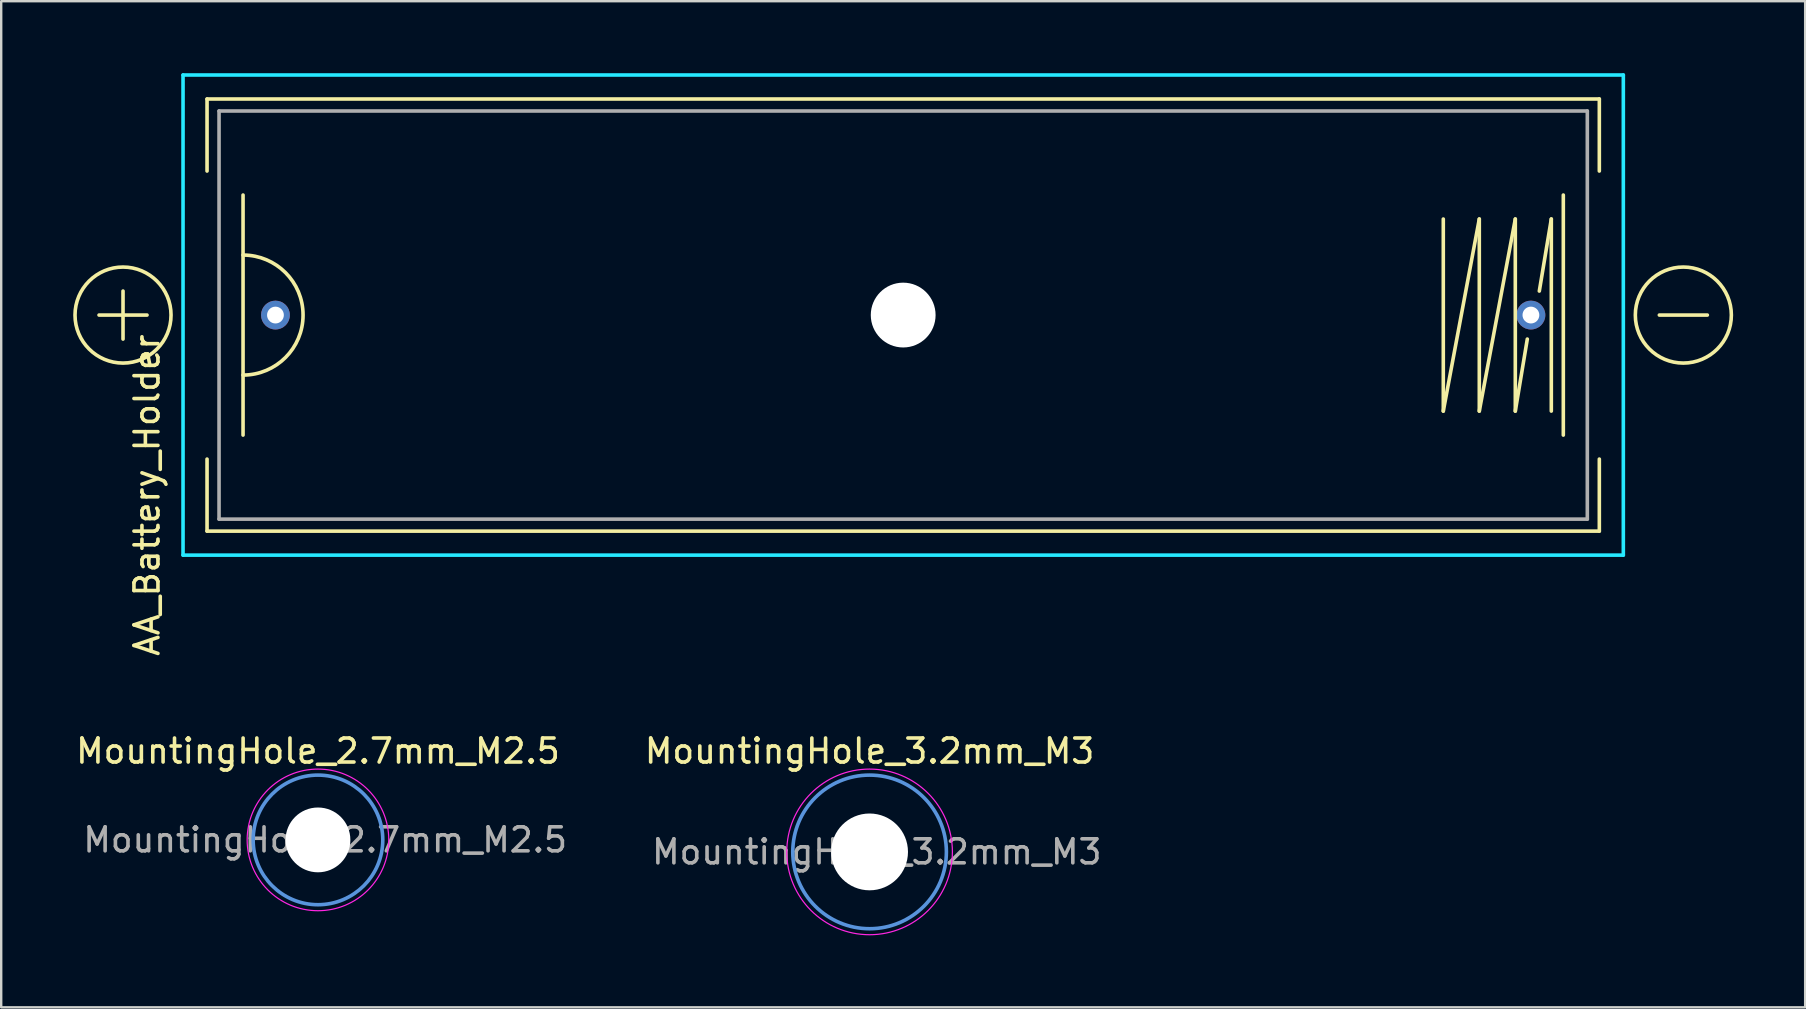
<source format=kicad_pcb>
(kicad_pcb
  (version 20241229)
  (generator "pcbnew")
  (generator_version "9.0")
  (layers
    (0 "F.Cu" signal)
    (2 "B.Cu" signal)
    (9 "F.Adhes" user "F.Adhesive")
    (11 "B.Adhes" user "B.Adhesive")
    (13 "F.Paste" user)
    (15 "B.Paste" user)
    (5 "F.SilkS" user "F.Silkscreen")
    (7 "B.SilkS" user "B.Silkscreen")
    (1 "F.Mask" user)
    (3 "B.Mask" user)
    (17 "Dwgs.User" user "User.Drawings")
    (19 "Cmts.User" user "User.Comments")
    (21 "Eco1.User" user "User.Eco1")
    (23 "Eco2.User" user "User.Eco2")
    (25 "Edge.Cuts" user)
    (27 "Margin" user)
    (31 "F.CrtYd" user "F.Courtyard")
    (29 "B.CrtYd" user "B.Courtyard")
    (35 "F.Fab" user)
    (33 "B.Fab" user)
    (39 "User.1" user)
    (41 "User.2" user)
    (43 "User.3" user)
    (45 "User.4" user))
  (footprint "AA_Battery_Holder"
    (layer "F.Cu")
    (at 34.575 10.075)
    (property "Reference" "AA_Battery_Holder" (at -31.5 7.5 90) (layer "F.SilkS") (effects (font (size 1 1) (thickness 0.15))))
    (attr through_hole)
    (fp_line (start -32.5 -1) (end -32.5 1) (stroke (width 0.15) (type solid)) (layer "F.SilkS"))
    (fp_line (start -31.5 0) (end -33.5 0) (stroke (width 0.15) (type solid)) (layer "F.SilkS"))
    (fp_line (start -29 -9) (end -29 -6) (stroke (width 0.15) (type solid)) (layer "F.SilkS"))
    (fp_line (start -29 -9) (end 29 -9) (stroke (width 0.15) (type solid)) (layer "F.SilkS"))
    (fp_line (start -29 6) (end -29 9) (stroke (width 0.15) (type solid)) (layer "F.SilkS"))
    (fp_line (start -29 9) (end 29 9) (stroke (width 0.15) (type solid)) (layer "F.SilkS"))
    (fp_line (start -27.5 -5) (end -27.5 5) (stroke (width 0.15) (type solid)) (layer "F.SilkS"))
    (fp_line (start 22.5 -4) (end 22.5 4) (stroke (width 0.15) (type solid)) (layer "F.SilkS"))
    (fp_line (start 24 -4) (end 22.5 4) (stroke (width 0.15) (type solid)) (layer "F.SilkS"))
    (fp_line (start 24 -4) (end 24 4) (stroke (width 0.15) (type solid)) (layer "F.SilkS"))
    (fp_line (start 25.5 -4) (end 24 4) (stroke (width 0.15) (type solid)) (layer "F.SilkS"))
    (fp_line (start 25.5 -4) (end 25.5 4) (stroke (width 0.15) (type solid)) (layer "F.SilkS"))
    (fp_line (start 25.5 4) (end 26 1) (stroke (width 0.15) (type solid)) (layer "F.SilkS"))
    (fp_line (start 27 -4) (end 26.5 -1) (stroke (width 0.15) (type solid)) (layer "F.SilkS"))
    (fp_line (start 27 -4) (end 27 4) (stroke (width 0.15) (type solid)) (layer "F.SilkS"))
    (fp_line (start 27.5 -5) (end 27.5 5) (stroke (width 0.15) (type solid)) (layer "F.SilkS"))
    (fp_line (start 29 -9) (end 29 -6) (stroke (width 0.15) (type solid)) (layer "F.SilkS"))
    (fp_line (start 29 9) (end 29 6) (stroke (width 0.15) (type solid)) (layer "F.SilkS"))
    (fp_line (start 33.5 0) (end 31.5 0) (stroke (width 0.15) (type solid)) (layer "F.SilkS"))
    (fp_arc (start -27.5 -2.5) (mid -25 0) (end -27.5 2.5) (stroke (width 0.15) (type solid)) (layer "F.SilkS"))
    (fp_circle (center -32.5 0) (end -30.5 0) (stroke (width 0.15) (type solid)) (fill no) (layer "F.SilkS"))
    (fp_circle (center 32.5 0) (end 34.5 0) (stroke (width 0.15) (type solid)) (fill no) (layer "F.SilkS"))
    (fp_line (start -30 -10) (end 30 -10) (stroke (width 0.15) (type solid)) (layer "B.CrtYd"))
    (fp_line (start -30 10) (end -30 -10) (stroke (width 0.15) (type solid)) (layer "B.CrtYd"))
    (fp_line (start 30 -10) (end 30 10) (stroke (width 0.15) (type solid)) (layer "B.CrtYd"))
    (fp_line (start 30 10) (end -30 10) (stroke (width 0.15) (type solid)) (layer "B.CrtYd"))
    (fp_line (start -28.5 -8.5) (end -28.5 8.5) (stroke (width 0.15) (type solid)) (layer "F.Fab"))
    (fp_line (start -28.5 -8.5) (end 28.5 -8.5) (stroke (width 0.15) (type solid)) (layer "F.Fab"))
    (fp_line (start -28.5 8.5) (end 28.5 8.5) (stroke (width 0.15) (type solid)) (layer "F.Fab"))
    (fp_line (start 28.5 8.5) (end 28.5 -8.5) (stroke (width 0.15) (type solid)) (layer "F.Fab"))
    (pad "" np_thru_hole circle (at 0 0 90) (size 2.7 2.7) (drill 2.7) (layers "*.Cu" "*.Mask"))
    (pad "1" thru_hole circle (at -26.15 0 90) (size 1.2 1.2) (drill 0.7) (layers "*.Cu" "*.Mask"))
    (pad "2" thru_hole circle (at 26.15 0 90) (size 1.2 1.2) (drill 0.7) (layers "*.Cu" "*.Mask")))
  (footprint "MountingHole_3.2mm_M3"
    (layer "F.Cu")
    (at 33.175 32.439)
    (property "Reference" "MountingHole_3.2mm_M3" (at 0 -4.2 0) (layer "F.SilkS") (effects (font (size 1 1) (thickness 0.15))))
    (attr exclude_from_pos_files exclude_from_bom)
    (fp_poly (pts (xy 3.2 0) (xy 3.13 0.665) (xy 2.923 1.302) (xy 2.589 1.881) (xy 2.141 2.378) (xy 1.6 2.771) (xy 0.989 3.043) (xy 0.335 3.182) (xy -0.334 3.182) (xy -0.989 3.043) (xy -1.6 2.771) (xy -2.141 2.378) (xy -2.589 1.881) (xy -2.923 1.302) (xy -3.13 0.666) (xy -3.2 0.000296) (xy -3.13 -0.665) (xy -2.923 -1.301) (xy -2.589 -1.881) (xy -2.141 -2.378) (xy -1.6 -2.771) (xy -0.989 -3.043) (xy -0.335 -3.182) (xy 0.334 -3.183) (xy 0.988 -3.044) (xy 1.6 -2.772) (xy 2.141 -2.378) (xy 2.589 -1.881) (xy 2.923 -1.302) (xy 3.13 -0.666)) (stroke (width 0.15) (type solid)) (fill yes) (layer "F.Mask"))
    (fp_poly (pts (xy 3.2 0) (xy 3.13 0.665) (xy 2.923 1.302) (xy 2.589 1.881) (xy 2.141 2.378) (xy 1.6 2.771) (xy 0.989 3.043) (xy 0.335 3.182) (xy -0.334 3.182) (xy -0.989 3.043) (xy -1.6 2.771) (xy -2.141 2.378) (xy -2.589 1.881) (xy -2.923 1.302) (xy -3.13 0.666) (xy -3.2 0.000296) (xy -3.13 -0.665) (xy -2.923 -1.301) (xy -2.589 -1.881) (xy -2.141 -2.378) (xy -1.6 -2.771) (xy -0.989 -3.043) (xy -0.335 -3.182) (xy 0.334 -3.183) (xy 0.988 -3.044) (xy 1.6 -2.772) (xy 2.141 -2.378) (xy 2.589 -1.881) (xy 2.923 -1.302) (xy 3.13 -0.666)) (stroke (width 0.15) (type solid)) (fill yes) (layer "B.Mask"))
    (fp_circle (center 0 0) (end 3.2 0) (stroke (width 0.15) (type solid)) (fill no) (layer "Cmts.User"))
    (fp_circle (center 0 0) (end 3.45 0) (stroke (width 0.05) (type solid)) (fill no) (layer "F.CrtYd"))
    (fp_text user "${REFERENCE}" (at 0.3 0 0) (layer "F.Fab") (effects (font (size 1 1) (thickness 0.15))))
    (pad "" np_thru_hole circle (at 0 0) (size 3.2 3.2) (drill 3.2) (layers "*.Cu" "*.Mask")))
  (footprint "MountingHole_2.7mm_M2.5"
    (layer "F.Cu")
    (at 10.196 31.939)
    (property "Reference" "MountingHole_2.7mm_M2.5" (at 0 -3.7 0) (layer "F.SilkS") (effects (font (size 1 1) (thickness 0.15))))
    (attr exclude_from_pos_files exclude_from_bom)
    (fp_poly (pts (xy 3.2 0) (xy 3.13 0.665) (xy 2.923 1.302) (xy 2.589 1.881) (xy 2.141 2.378) (xy 1.6 2.771) (xy 0.989 3.043) (xy 0.335 3.182) (xy -0.334 3.182) (xy -0.989 3.043) (xy -1.6 2.771) (xy -2.141 2.378) (xy -2.589 1.881) (xy -2.923 1.302) (xy -3.13 0.666) (xy -3.2 0.000296) (xy -3.13 -0.665) (xy -2.923 -1.301) (xy -2.589 -1.881) (xy -2.141 -2.378) (xy -1.6 -2.771) (xy -0.989 -3.043) (xy -0.335 -3.182) (xy 0.334 -3.183) (xy 0.988 -3.044) (xy 1.6 -2.772) (xy 2.141 -2.378) (xy 2.589 -1.881) (xy 2.923 -1.302) (xy 3.13 -0.666)) (stroke (width 0.15) (type solid)) (fill yes) (layer "F.Mask"))
    (fp_poly (pts (xy 3.2 0) (xy 3.13 0.665) (xy 2.923 1.302) (xy 2.589 1.881) (xy 2.141 2.378) (xy 1.6 2.771) (xy 0.989 3.043) (xy 0.335 3.182) (xy -0.334 3.182) (xy -0.989 3.043) (xy -1.6 2.771) (xy -2.141 2.378) (xy -2.589 1.881) (xy -2.923 1.302) (xy -3.13 0.666) (xy -3.2 0.000296) (xy -3.13 -0.665) (xy -2.923 -1.301) (xy -2.589 -1.881) (xy -2.141 -2.378) (xy -1.6 -2.771) (xy -0.989 -3.043) (xy -0.335 -3.182) (xy 0.334 -3.183) (xy 0.988 -3.044) (xy 1.6 -2.772) (xy 2.141 -2.378) (xy 2.589 -1.881) (xy 2.923 -1.302) (xy 3.13 -0.666)) (stroke (width 0.15) (type solid)) (fill yes) (layer "B.Mask"))
    (fp_circle (center 0 0) (end 2.7 0) (stroke (width 0.15) (type solid)) (fill no) (layer "Cmts.User"))
    (fp_circle (center 0 0) (end 2.95 0) (stroke (width 0.05) (type solid)) (fill no) (layer "F.CrtYd"))
    (fp_text user "${REFERENCE}" (at 0.3 0 0) (layer "F.Fab") (effects (font (size 1 1) (thickness 0.15))))
    (pad "" np_thru_hole circle (at 0 0) (size 2.7 2.7) (drill 2.7) (layers "*.Cu")))
  (gr_rect
    (start -3 -3)
    (end 72.15 38.914)
    (stroke (width 0.1) (type default))
    (fill no)
    (layer "Edge.Cuts")))
</source>
